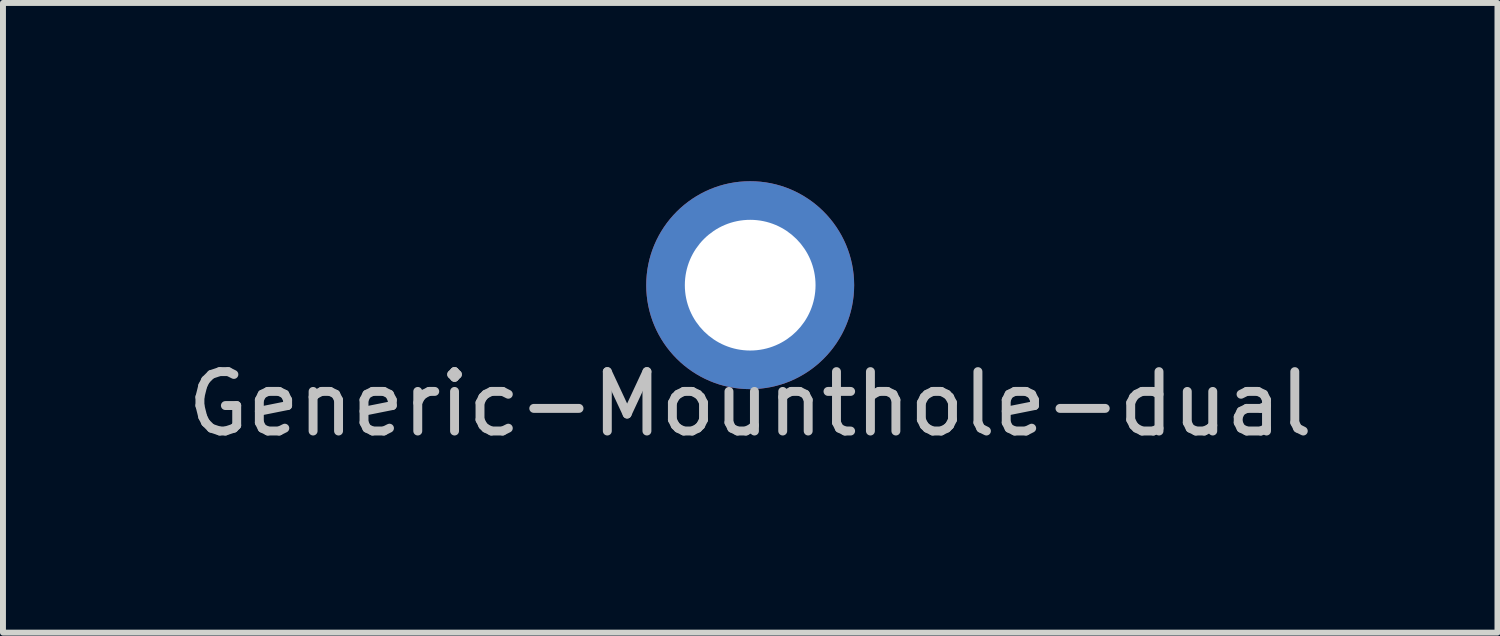
<source format=kicad_pcb>
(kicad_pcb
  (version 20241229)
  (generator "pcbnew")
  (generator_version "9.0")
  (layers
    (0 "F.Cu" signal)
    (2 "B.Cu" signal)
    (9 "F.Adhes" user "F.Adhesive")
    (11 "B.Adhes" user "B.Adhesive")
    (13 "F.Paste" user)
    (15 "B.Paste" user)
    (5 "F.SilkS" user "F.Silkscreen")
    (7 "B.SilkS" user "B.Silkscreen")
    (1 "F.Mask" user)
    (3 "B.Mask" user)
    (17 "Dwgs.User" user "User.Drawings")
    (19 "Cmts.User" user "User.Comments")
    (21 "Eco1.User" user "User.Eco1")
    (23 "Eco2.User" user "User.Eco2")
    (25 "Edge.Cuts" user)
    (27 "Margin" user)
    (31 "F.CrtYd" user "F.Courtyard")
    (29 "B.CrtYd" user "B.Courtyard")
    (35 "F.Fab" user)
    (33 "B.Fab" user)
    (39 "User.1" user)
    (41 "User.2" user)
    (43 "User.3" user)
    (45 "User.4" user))
  (footprint "Generic-Mounthole-dual"
    (layer "F.Cu")
    (at 9.577 1.75)
    (property "Reference" "Generic-Mounthole-dual" (at 0 2 0) (layer "Dwgs.User") (effects (font (size 1 1) (thickness 0.15))))
    (attr exclude_from_pos_files exclude_from_bom)
    (pad "1" thru_hole circle (at 0 0) (size 3.5 3.5) (drill 2.2) (layers "*.Cu" "*.Mask")))
  (gr_rect
    (start -3 -3)
    (end 22.155 7.598)
    (stroke (width 0.1) (type default))
    (fill no)
    (layer "Edge.Cuts")))
</source>
